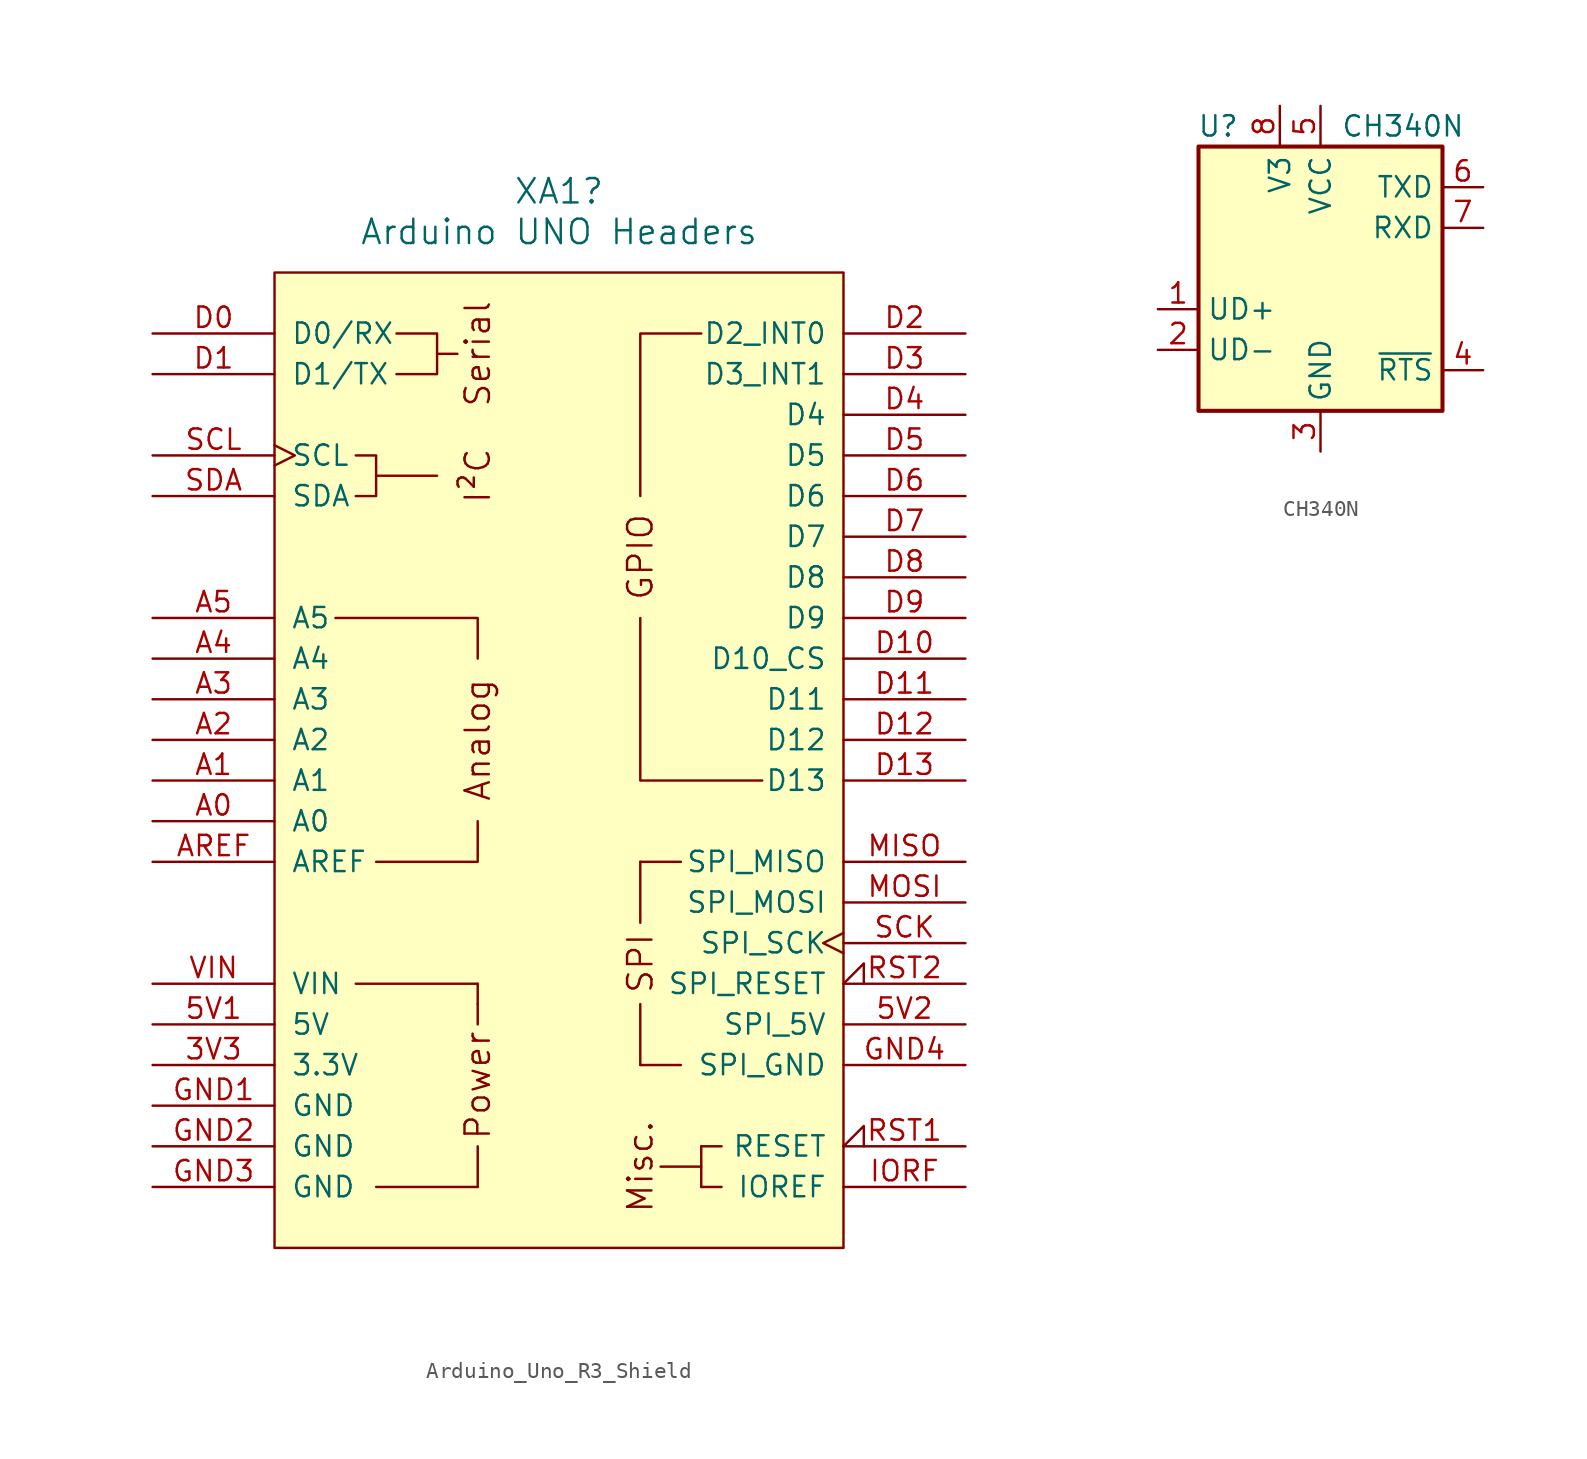
<source format=kicad_sym>
(kicad_symbol_lib
  (version 20220914)
  (generator kicad_symbol_editor)
  (symbol "Arduino_Uno_R3_Shield"
    (pin_names
      (offset 1.016))
    (property "Reference" "XA1"
      (at 0 35.56 0)
      (effects (font (size 1.524 1.524))))
    (property "Value" "Arduino UNO Headers"
      (at 0 33.02 0)
      (effects (font (size 1.524 1.524))))
    (symbol "Arduino_Uno_R3_Shield_0_0"
      (rectangle (start -17.78 30.48) (end 17.78 -30.48) (stroke (width 0) (type default)) (fill (type background)))
      (rectangle (start -12.7 -13.97) (end -5.08 -13.97) (stroke (width 0) (type default)) (fill (type none)))
      (rectangle (start -11.43 -26.67) (end -5.08 -26.67) (stroke (width 0) (type default)) (fill (type none)))
      (polyline (pts (xy -11.43 17.78) (xy -7.62 17.78)) (stroke (width 0) (type default)) (fill (type none)))
      (polyline (pts (xy -7.62 25.4) (xy -6.35 25.4)) (stroke (width 0) (type default)) (fill (type none)))
      (polyline (pts (xy -5.08 -26.67) (xy -5.08 -24.13)) (stroke (width 0) (type default)) (fill (type none)))
      (polyline (pts (xy -5.08 -15.24) (xy -5.08 -16.51)) (stroke (width 0) (type default)) (fill (type none)))
      (polyline (pts (xy -5.08 -13.97) (xy -5.08 -15.24)) (stroke (width 0) (type default)) (fill (type none)))
      (polyline (pts (xy -5.08 -3.81) (xy -5.08 -6.35) (xy -11.43 -6.35)) (stroke (width 0) (type default)) (fill (type none)))
      (polyline (pts (xy -5.08 6.35) (xy -5.08 8.89) (xy -13.97 8.89)) (stroke (width 0) (type default)) (fill (type none)))
      (polyline (pts (xy 5.08 8.89) (xy 5.08 -1.27) (xy 12.7 -1.27)) (stroke (width 0) (type default)) (fill (type none)))
      (polyline (pts (xy 5.08 16.51) (xy 5.08 26.67) (xy 8.89 26.67)) (stroke (width 0) (type default)) (fill (type none)))
      (polyline (pts (xy -12.7 19.05) (xy -11.43 19.05) (xy -11.43 16.51) (xy -12.7 16.51)) (stroke (width 0) (type default)) (fill (type none)))
      (polyline (pts (xy -10.16 26.67) (xy -7.62 26.67) (xy -7.62 24.13) (xy -10.16 24.13)) (stroke (width 0) (type default)) (fill (type none)))
      (rectangle (start 5.08 -19.05) (end 5.08 -15.24) (stroke (width 0) (type default)) (fill (type none)))
      (rectangle (start 5.08 -19.05) (end 7.62 -19.05) (stroke (width 0) (type default)) (fill (type none)))
      (rectangle (start 5.08 -10.16) (end 5.08 -6.35) (stroke (width 0) (type default)) (fill (type none)))
      (rectangle (start 7.62 -6.35) (end 5.08 -6.35) (stroke (width 0) (type default)) (fill (type none)))
      (rectangle (start 8.89 -25.4) (end 6.35 -25.4) (stroke (width 0) (type default)) (fill (type none)))
      (rectangle (start 8.89 -24.13) (end 8.89 -26.67) (stroke (width 0) (type default)) (fill (type none)))
      (rectangle (start 10.16 -26.67) (end 8.89 -26.67) (stroke (width 0) (type default)) (fill (type none)))
      (rectangle (start 10.16 -24.13) (end 8.89 -24.13) (stroke (width 0) (type default)) (fill (type none)))
      (text "Analog" (at -5.08 1.27 900) (effects (font (size 1.524 1.524))))
      (text "I²C" (at -5.08 17.78 900) (effects (font (size 1.524 1.524))))
      (text "Misc." (at 5.08 -25.4 900) (effects (font (size 1.524 1.524))))
      (text "Power" (at -5.08 -20.32 900) (effects (font (size 1.524 1.524))))
      (text "Serial" (at -5.08 25.4 900) (effects (font (size 1.524 1.524))))
      (text "SPI" (at 5.08 -12.7 900) (effects (font (size 1.524 1.524)))))
    (symbol "Arduino_Uno_R3_Shield_1_0"
      (text "GPIO" (at 5.08 12.7 900) (effects (font (size 1.524 1.524)))))
    (symbol "Arduino_Uno_R3_Shield_1_1"
      (pin power_out line (at -25.4 -19.05 0) (length 7.62) (name "3.3V" (effects (font (size 1.27 1.27)))) (number "3V3" (effects (font (size 1.27 1.27)))))
      (pin power_in line (at -25.4 -16.51 0) (length 7.62) (name "5V" (effects (font (size 1.27 1.27)))) (number "5V1" (effects (font (size 1.27 1.27)))))
      (pin power_in line (at 25.4 -16.51 180) (length 7.62) (name "SPI_5V" (effects (font (size 1.27 1.27)))) (number "5V2" (effects (font (size 1.27 1.27)))))
      (pin bidirectional line (at -25.4 -3.81 0) (length 7.62) (name "A0" (effects (font (size 1.27 1.27)))) (number "A0" (effects (font (size 1.27 1.27)))))
      (pin bidirectional line (at -25.4 -1.27 0) (length 7.62) (name "A1" (effects (font (size 1.27 1.27)))) (number "A1" (effects (font (size 1.27 1.27)))))
      (pin bidirectional line (at -25.4 1.27 0) (length 7.62) (name "A2" (effects (font (size 1.27 1.27)))) (number "A2" (effects (font (size 1.27 1.27)))))
      (pin bidirectional line (at -25.4 3.81 0) (length 7.62) (name "A3" (effects (font (size 1.27 1.27)))) (number "A3" (effects (font (size 1.27 1.27)))))
      (pin bidirectional line (at -25.4 6.35 0) (length 7.62) (name "A4" (effects (font (size 1.27 1.27)))) (number "A4" (effects (font (size 1.27 1.27)))))
      (pin bidirectional line (at -25.4 8.89 0) (length 7.62) (name "A5" (effects (font (size 1.27 1.27)))) (number "A5" (effects (font (size 1.27 1.27)))))
      (pin input line (at -25.4 -6.35 0) (length 7.62) (name "AREF" (effects (font (size 1.27 1.27)))) (number "AREF" (effects (font (size 1.27 1.27)))))
      (pin bidirectional line (at -25.4 26.67 0) (length 7.62) (name "D0/RX" (effects (font (size 1.27 1.27)))) (number "D0" (effects (font (size 1.27 1.27)))))
      (pin bidirectional line (at -25.4 24.13 0) (length 7.62) (name "D1/TX" (effects (font (size 1.27 1.27)))) (number "D1" (effects (font (size 1.27 1.27)))))
      (pin bidirectional line (at 25.4 6.35 180) (length 7.62) (name "D10_CS" (effects (font (size 1.27 1.27)))) (number "D10" (effects (font (size 1.27 1.27)))))
      (pin bidirectional line (at 25.4 3.81 180) (length 7.62) (name "D11" (effects (font (size 1.27 1.27)))) (number "D11" (effects (font (size 1.27 1.27)))))
      (pin bidirectional line (at 25.4 1.27 180) (length 7.62) (name "D12" (effects (font (size 1.27 1.27)))) (number "D12" (effects (font (size 1.27 1.27)))))
      (pin bidirectional line (at 25.4 -1.27 180) (length 7.62) (name "D13" (effects (font (size 1.27 1.27)))) (number "D13" (effects (font (size 1.27 1.27)))))
      (pin bidirectional line (at 25.4 26.67 180) (length 7.62) (name "D2_INT0" (effects (font (size 1.27 1.27)))) (number "D2" (effects (font (size 1.27 1.27)))))
      (pin bidirectional line (at 25.4 24.13 180) (length 7.62) (name "D3_INT1" (effects (font (size 1.27 1.27)))) (number "D3" (effects (font (size 1.27 1.27)))))
      (pin bidirectional line (at 25.4 21.59 180) (length 7.62) (name "D4" (effects (font (size 1.27 1.27)))) (number "D4" (effects (font (size 1.27 1.27)))))
      (pin bidirectional line (at 25.4 19.05 180) (length 7.62) (name "D5" (effects (font (size 1.27 1.27)))) (number "D5" (effects (font (size 1.27 1.27)))))
      (pin bidirectional line (at 25.4 16.51 180) (length 7.62) (name "D6" (effects (font (size 1.27 1.27)))) (number "D6" (effects (font (size 1.27 1.27)))))
      (pin bidirectional line (at 25.4 13.97 180) (length 7.62) (name "D7" (effects (font (size 1.27 1.27)))) (number "D7" (effects (font (size 1.27 1.27)))))
      (pin bidirectional line (at 25.4 11.43 180) (length 7.62) (name "D8" (effects (font (size 1.27 1.27)))) (number "D8" (effects (font (size 1.27 1.27)))))
      (pin bidirectional line (at 25.4 8.89 180) (length 7.62) (name "D9" (effects (font (size 1.27 1.27)))) (number "D9" (effects (font (size 1.27 1.27)))))
      (pin power_in line (at -25.4 -21.59 0) (length 7.62) (name "GND" (effects (font (size 1.27 1.27)))) (number "GND1" (effects (font (size 1.27 1.27)))))
      (pin power_in line (at -25.4 -24.13 0) (length 7.62) (name "GND" (effects (font (size 1.27 1.27)))) (number "GND2" (effects (font (size 1.27 1.27)))))
      (pin power_in line (at -25.4 -26.67 0) (length 7.62) (name "GND" (effects (font (size 1.27 1.27)))) (number "GND3" (effects (font (size 1.27 1.27)))))
      (pin power_in line (at 25.4 -19.05 180) (length 7.62) (name "SPI_GND" (effects (font (size 1.27 1.27)))) (number "GND4" (effects (font (size 1.27 1.27)))))
      (pin output line (at 25.4 -26.67 180) (length 7.62) (name "IOREF" (effects (font (size 1.27 1.27)))) (number "IORF" (effects (font (size 1.27 1.27)))))
      (pin input line (at 25.4 -6.35 180) (length 7.62) (name "SPI_MISO" (effects (font (size 1.27 1.27)))) (number "MISO" (effects (font (size 1.27 1.27)))))
      (pin output line (at 25.4 -8.89 180) (length 7.62) (name "SPI_MOSI" (effects (font (size 1.27 1.27)))) (number "MOSI" (effects (font (size 1.27 1.27)))))
      (pin open_collector input_low (at 25.4 -24.13 180) (length 7.62) (name "RESET" (effects (font (size 1.27 1.27)))) (number "RST1" (effects (font (size 1.27 1.27)))))
      (pin open_collector input_low (at 25.4 -13.97 180) (length 7.62) (name "SPI_RESET" (effects (font (size 1.27 1.27)))) (number "RST2" (effects (font (size 1.27 1.27)))))
      (pin output clock (at 25.4 -11.43 180) (length 7.62) (name "SPI_SCK" (effects (font (size 1.27 1.27)))) (number "SCK" (effects (font (size 1.27 1.27)))))
      (pin bidirectional clock (at -25.4 19.05 0) (length 7.62) (name "SCL" (effects (font (size 1.27 1.27)))) (number "SCL" (effects (font (size 1.27 1.27)))))
      (pin bidirectional line (at -25.4 16.51 0) (length 7.62) (name "SDA" (effects (font (size 1.27 1.27)))) (number "SDA" (effects (font (size 1.27 1.27)))))
      (pin power_in line (at -25.4 -13.97 0) (length 7.62) (name "VIN" (effects (font (size 1.27 1.27)))) (number "VIN" (effects (font (size 1.27 1.27)))))))
  (symbol "CH340N"
    (property "Reference" "U"
      (at -5.08 13.97 0)
      (effects (font (size 1.27 1.27)) (justify right)))
    (property "Value" "CH340N"
      (at 1.27 13.97 0)
      (effects (font (size 1.27 1.27)) (justify left)))
    (symbol "CH340N_0_1"
      (rectangle (start -7.62 12.7) (end 7.62 -3.81) (stroke (width 0.254) (type default)) (fill (type background))))
    (symbol "CH340N_1_1"
      (pin bidirectional line (at -10.16 2.54 0) (length 2.54) (name "UD+" (effects (font (size 1.27 1.27)))) (number "1" (effects (font (size 1.27 1.27)))))
      (pin bidirectional line (at -10.16 0 0) (length 2.54) (name "UD-" (effects (font (size 1.27 1.27)))) (number "2" (effects (font (size 1.27 1.27)))))
      (pin power_in line (at 0 -6.35 90) (length 2.54) (name "GND" (effects (font (size 1.27 1.27)))) (number "3" (effects (font (size 1.27 1.27)))))
      (pin output line (at 10.16 -1.27 180) (length 2.54) (name "~{RTS}" (effects (font (size 1.27 1.27)))) (number "4" (effects (font (size 1.27 1.27)))))
      (pin power_in line (at 0 15.24 270) (length 2.54) (name "VCC" (effects (font (size 1.27 1.27)))) (number "5" (effects (font (size 1.27 1.27)))))
      (pin output line (at 10.16 10.16 180) (length 2.54) (name "TXD" (effects (font (size 1.27 1.27)))) (number "6" (effects (font (size 1.27 1.27)))))
      (pin input line (at 10.16 7.62 180) (length 2.54) (name "RXD" (effects (font (size 1.27 1.27)))) (number "7" (effects (font (size 1.27 1.27)))))
      (pin passive line (at -2.54 15.24 270) (length 2.54) (name "V3" (effects (font (size 1.27 1.27)))) (number "8" (effects (font (size 1.27 1.27))))))))
</source>
